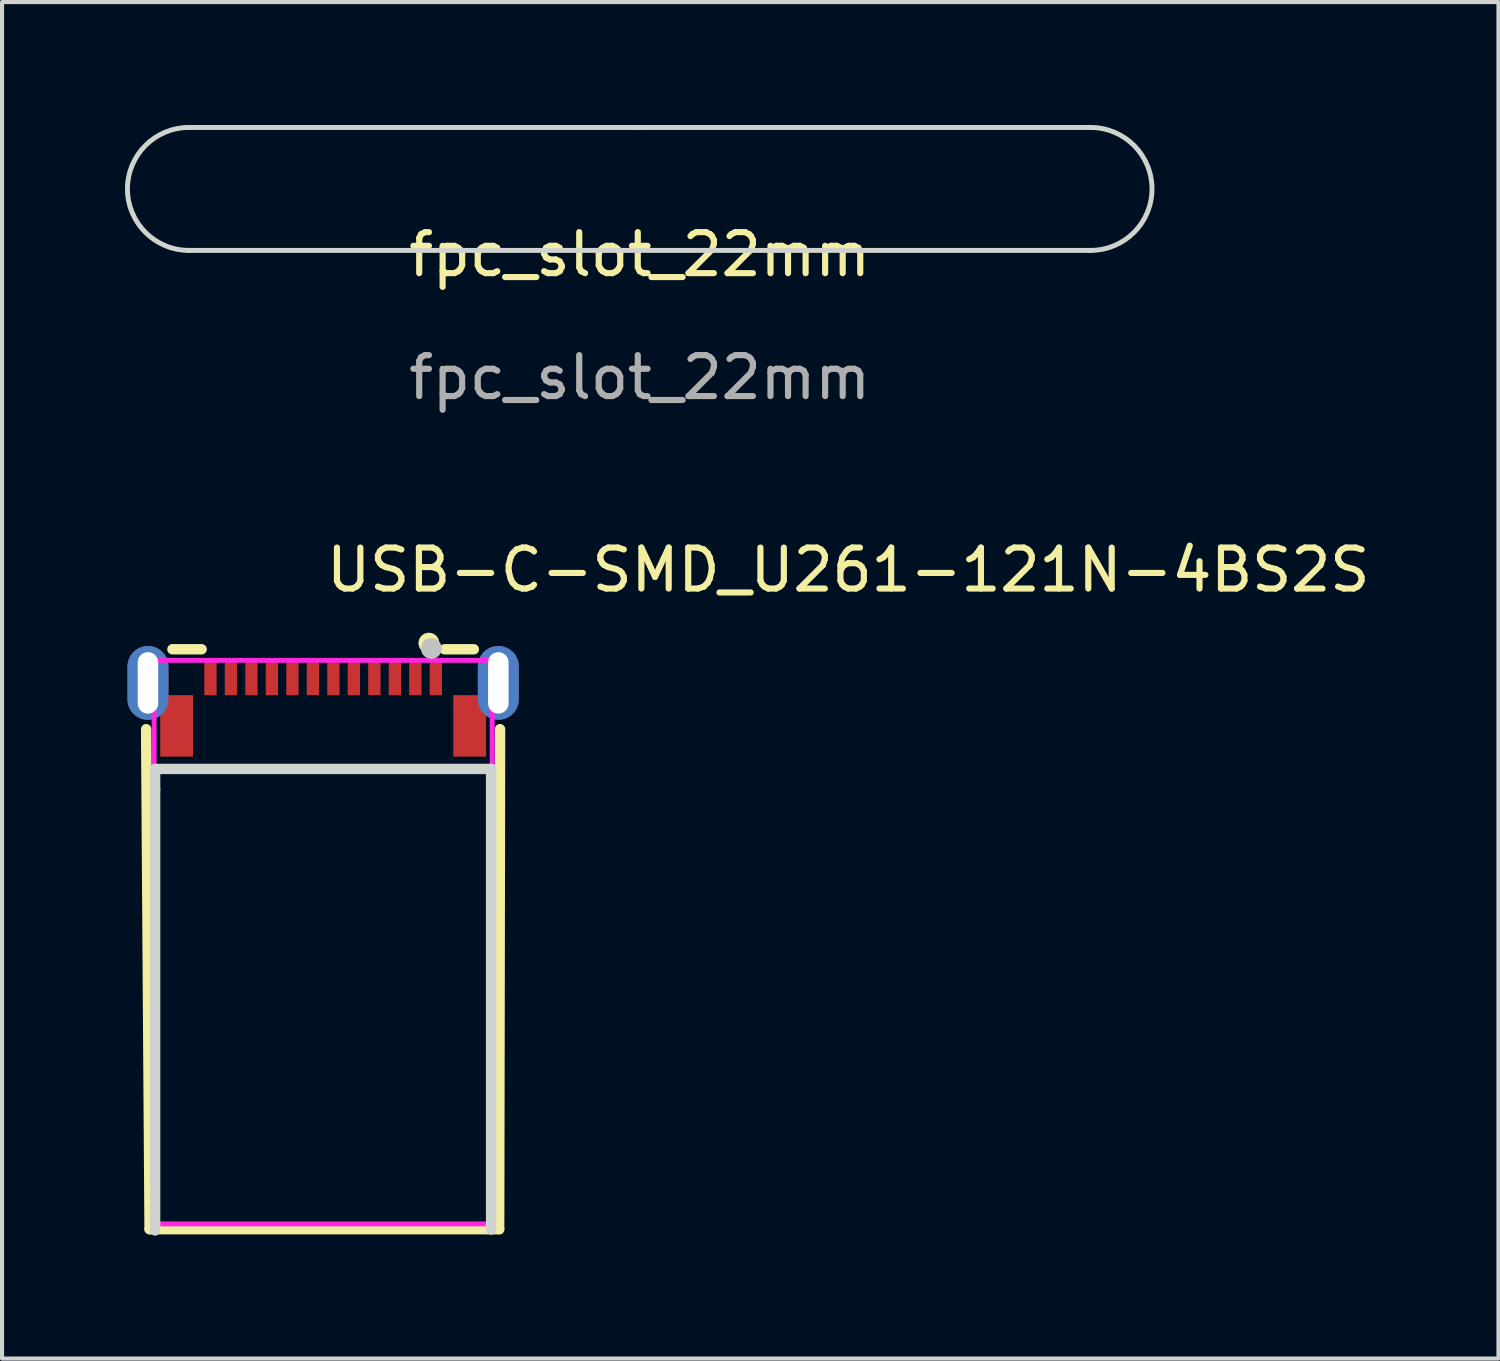
<source format=kicad_pcb>
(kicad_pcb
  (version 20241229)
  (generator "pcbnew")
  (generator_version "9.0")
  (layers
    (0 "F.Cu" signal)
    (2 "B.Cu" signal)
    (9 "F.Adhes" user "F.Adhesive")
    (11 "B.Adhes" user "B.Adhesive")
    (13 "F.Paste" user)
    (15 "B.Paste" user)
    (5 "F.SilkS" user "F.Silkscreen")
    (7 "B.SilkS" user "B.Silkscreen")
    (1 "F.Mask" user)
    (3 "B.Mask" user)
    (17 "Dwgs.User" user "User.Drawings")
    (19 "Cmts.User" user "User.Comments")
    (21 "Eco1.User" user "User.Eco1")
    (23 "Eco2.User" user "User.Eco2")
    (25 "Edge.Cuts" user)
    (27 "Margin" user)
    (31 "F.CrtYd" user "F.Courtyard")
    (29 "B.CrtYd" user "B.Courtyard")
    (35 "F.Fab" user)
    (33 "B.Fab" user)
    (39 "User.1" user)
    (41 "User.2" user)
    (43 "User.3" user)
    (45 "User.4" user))
  (footprint "USB-C-SMD_U261-121N-4BS2S"
    (layer "F.Cu")
    (at 4.835 14.063)
    (property "Reference" "USB-C-SMD_U261-121N-4BS2S" (at 0 -3.207 0) (layer "F.SilkS") (effects (font (size 1 1) (thickness 0.15)) (justify left)))
    (attr through_hole)
    (fp_line (start -4.319 0.68) (end -4.235 12.88) (stroke (width 0.254) (type solid)) (layer "F.SilkS"))
    (fp_line (start -4.235 12.88) (end 4.295 12.88) (stroke (width 0.254) (type solid)) (layer "F.SilkS"))
    (fp_line (start -3.677 -1.27) (end -2.965 -1.27) (stroke (width 0.254) (type solid)) (layer "F.SilkS"))
    (fp_line (start 2.965 -1.27) (end 3.677 -1.27) (stroke (width 0.254) (type solid)) (layer "F.SilkS"))
    (fp_line (start 4.295 12.88) (end 4.317 0.68) (stroke (width 0.254) (type solid)) (layer "F.SilkS"))
    (fp_circle (center 2.58 -1.42) (end 2.707 -1.42) (stroke (width 0.254) (type solid)) (fill no) (layer "F.SilkS"))
    (fp_poly (pts (xy -2.9 -1.05) (xy -2.6 -1.05) (xy -2.6 -0.15) (xy -2.9 -0.15)) (stroke (width 0.12) (type solid)) (fill yes) (layer "F.Paste"))
    (fp_poly (pts (xy -2.4 -1.05) (xy -2.1 -1.05) (xy -2.1 -0.15) (xy -2.4 -0.15)) (stroke (width 0.12) (type solid)) (fill yes) (layer "F.Paste"))
    (fp_poly (pts (xy -1.9 -1.05) (xy -1.6 -1.05) (xy -1.6 -0.15) (xy -1.9 -0.15)) (stroke (width 0.12) (type solid)) (fill yes) (layer "F.Paste"))
    (fp_poly (pts (xy -1.4 -1.05) (xy -1.1 -1.05) (xy -1.1 -0.15) (xy -1.4 -0.15)) (stroke (width 0.12) (type solid)) (fill yes) (layer "F.Paste"))
    (fp_poly (pts (xy -0.9 -1.05) (xy -0.6 -1.05) (xy -0.6 -0.15) (xy -0.9 -0.15)) (stroke (width 0.12) (type solid)) (fill yes) (layer "F.Paste"))
    (fp_poly (pts (xy -0.4 -1.05) (xy -0.1 -1.05) (xy -0.1 -0.15) (xy -0.4 -0.15)) (stroke (width 0.12) (type solid)) (fill yes) (layer "F.Paste"))
    (fp_poly (pts (xy 0.1 -1.05) (xy 0.4 -1.05) (xy 0.4 -0.15) (xy 0.1 -0.15)) (stroke (width 0.12) (type solid)) (fill yes) (layer "F.Paste"))
    (fp_poly (pts (xy 0.6 -1.05) (xy 0.9 -1.05) (xy 0.9 -0.15) (xy 0.6 -0.15)) (stroke (width 0.12) (type solid)) (fill yes) (layer "F.Paste"))
    (fp_poly (pts (xy 1.1 -1.05) (xy 1.4 -1.05) (xy 1.4 -0.15) (xy 1.1 -0.15)) (stroke (width 0.12) (type solid)) (fill yes) (layer "F.Paste"))
    (fp_poly (pts (xy 1.6 -1.05) (xy 1.9 -1.05) (xy 1.9 -0.15) (xy 1.6 -0.15)) (stroke (width 0.12) (type solid)) (fill yes) (layer "F.Paste"))
    (fp_poly (pts (xy 2.1 -1.05) (xy 2.4 -1.05) (xy 2.4 -0.15) (xy 2.1 -0.15)) (stroke (width 0.12) (type solid)) (fill yes) (layer "F.Paste"))
    (fp_poly (pts (xy 2.6 -1.05) (xy 2.9 -1.05) (xy 2.9 -0.15) (xy 2.6 -0.15)) (stroke (width 0.12) (type solid)) (fill yes) (layer "F.Paste"))
    (fp_poly (pts (xy -3.775 -0.15) (xy -3.775 -0.92) (xy -3.783 -1.004) (xy -3.808 -1.085) (xy -3.847 -1.159) (xy -3.901 -1.224) (xy -3.966 -1.278) (xy -4.04 -1.317) (xy -4.121 -1.342) (xy -4.205 -1.35) (xy -4.295 -1.35) (xy -4.389 -1.341) (xy -4.479 -1.314) (xy -4.562 -1.269) (xy -4.634 -1.209) (xy -4.694 -1.137) (xy -4.739 -1.054) (xy -4.766 -0.964) (xy -4.775 -0.87) (xy -4.775 -0.02) (xy -4.766 0.072) (xy -4.739 0.16) (xy -4.696 0.241) (xy -4.637 0.312) (xy -4.566 0.371) (xy -4.485 0.414) (xy -4.397 0.441) (xy -4.305 0.45) (xy -4.192 0.45) (xy -4.132 0.444) (xy -4.075 0.427) (xy -4.022 0.398) (xy -3.975 0.36) (xy -3.975 1.35) (xy -3.175 1.35) (xy -3.175 -0.15)) (stroke (width 0.12) (type solid)) (fill yes) (layer "F.Paste"))
    (fp_poly (pts (xy 3.775 -0.15) (xy 3.775 -0.92) (xy 3.783 -1.004) (xy 3.808 -1.084) (xy 3.847 -1.159) (xy 3.901 -1.224) (xy 3.966 -1.277) (xy 4.04 -1.317) (xy 4.121 -1.342) (xy 4.205 -1.35) (xy 4.295 -1.35) (xy 4.389 -1.341) (xy 4.479 -1.313) (xy 4.562 -1.269) (xy 4.634 -1.209) (xy 4.694 -1.137) (xy 4.738 -1.054) (xy 4.766 -0.964) (xy 4.775 -0.87) (xy 4.775 -0.02) (xy 4.766 0.072) (xy 4.739 0.16) (xy 4.696 0.241) (xy 4.637 0.312) (xy 4.566 0.371) (xy 4.485 0.414) (xy 4.397 0.441) (xy 4.305 0.45) (xy 4.192 0.45) (xy 4.132 0.444) (xy 4.075 0.427) (xy 4.022 0.398) (xy 3.975 0.36) (xy 3.975 1.35) (xy 3.175 1.35) (xy 3.175 -0.15)) (stroke (width 0.12) (type solid)) (fill yes) (layer "F.Paste"))
    (fp_circle (center 2.64 -1.29) (end 2.767 -1.29) (stroke (width 0.254) (type solid)) (fill no) (layer "Dwgs.User"))
    (fp_line (start -4.35 -1) (end -4.35 0.1) (stroke (width 0.12) (type solid)) (layer "Eco2.User"))
    (fp_line (start -4.35 0.1) (end -4.096 0.1) (stroke (width 0.12) (type solid)) (layer "Eco2.User"))
    (fp_line (start -4.096 -1) (end -4.35 -1) (stroke (width 0.12) (type solid)) (layer "Eco2.User"))
    (fp_line (start -4.096 0.1) (end -4.096 -1) (stroke (width 0.12) (type solid)) (layer "Eco2.User"))
    (fp_line (start 4.096 -1) (end 4.096 0.1) (stroke (width 0.12) (type solid)) (layer "Eco2.User"))
    (fp_line (start 4.096 0.1) (end 4.35 0.1) (stroke (width 0.12) (type solid)) (layer "Eco2.User"))
    (fp_line (start 4.35 -1) (end 4.096 -1) (stroke (width 0.12) (type solid)) (layer "Eco2.User"))
    (fp_line (start 4.35 0.1) (end 4.35 -1) (stroke (width 0.12) (type solid)) (layer "Eco2.User"))
    (fp_circle (center 4.35 -1) (end 4.38 -1) (stroke (width 0.06) (type solid)) (fill no) (layer "Eco2.User"))
    (fp_poly (pts (xy -4.2 0.1) (xy -4.35 0.1) (xy -4.35 -1) (xy -4.2 -1)) (stroke (width 0.12) (type solid)) (fill no) (layer "Eco2.User"))
    (fp_poly (pts (xy -3.775 0.1) (xy -3.375 0.1) (xy -3.375 1.1) (xy -3.775 1.1)) (stroke (width 0.12) (type solid)) (fill no) (layer "Eco2.User"))
    (fp_poly (pts (xy -2.85 -0.796) (xy -2.65 -0.796) (xy -2.65 -0.296) (xy -2.85 -0.296)) (stroke (width 0.12) (type solid)) (fill no) (layer "Eco2.User"))
    (fp_poly (pts (xy -2.35 -0.796) (xy -2.15 -0.796) (xy -2.15 -0.296) (xy -2.35 -0.296)) (stroke (width 0.12) (type solid)) (fill no) (layer "Eco2.User"))
    (fp_poly (pts (xy -1.85 -0.796) (xy -1.65 -0.796) (xy -1.65 -0.296) (xy -1.85 -0.296)) (stroke (width 0.12) (type solid)) (fill no) (layer "Eco2.User"))
    (fp_poly (pts (xy -1.35 -0.796) (xy -1.15 -0.796) (xy -1.15 -0.296) (xy -1.35 -0.296)) (stroke (width 0.12) (type solid)) (fill no) (layer "Eco2.User"))
    (fp_poly (pts (xy -0.85 -0.796) (xy -0.65 -0.796) (xy -0.65 -0.296) (xy -0.85 -0.296)) (stroke (width 0.12) (type solid)) (fill no) (layer "Eco2.User"))
    (fp_poly (pts (xy -0.35 -0.796) (xy -0.15 -0.796) (xy -0.15 -0.296) (xy -0.35 -0.296)) (stroke (width 0.12) (type solid)) (fill no) (layer "Eco2.User"))
    (fp_poly (pts (xy 0.15 -0.796) (xy 0.35 -0.796) (xy 0.35 -0.296) (xy 0.15 -0.296)) (stroke (width 0.12) (type solid)) (fill no) (layer "Eco2.User"))
    (fp_poly (pts (xy 0.65 -0.796) (xy 0.85 -0.796) (xy 0.85 -0.296) (xy 0.65 -0.296)) (stroke (width 0.12) (type solid)) (fill no) (layer "Eco2.User"))
    (fp_poly (pts (xy 1.15 -0.796) (xy 1.35 -0.796) (xy 1.35 -0.296) (xy 1.15 -0.296)) (stroke (width 0.12) (type solid)) (fill no) (layer "Eco2.User"))
    (fp_poly (pts (xy 1.65 -0.796) (xy 1.85 -0.796) (xy 1.85 -0.296) (xy 1.65 -0.296)) (stroke (width 0.12) (type solid)) (fill no) (layer "Eco2.User"))
    (fp_poly (pts (xy 2.15 -0.796) (xy 2.35 -0.796) (xy 2.35 -0.296) (xy 2.15 -0.296)) (stroke (width 0.12) (type solid)) (fill no) (layer "Eco2.User"))
    (fp_poly (pts (xy 2.65 -0.796) (xy 2.85 -0.796) (xy 2.85 -0.296) (xy 2.65 -0.296)) (stroke (width 0.12) (type solid)) (fill no) (layer "Eco2.User"))
    (fp_poly (pts (xy 3.375 0.1) (xy 3.775 0.1) (xy 3.775 1.1) (xy 3.375 1.1)) (stroke (width 0.12) (type solid)) (fill no) (layer "Eco2.User"))
    (fp_poly (pts (xy 4.2 -1) (xy 4.35 -1) (xy 4.35 0.1) (xy 4.2 0.1)) (stroke (width 0.12) (type solid)) (fill no) (layer "Eco2.User"))
    (fp_line (start -4.1 1.65) (end -4.1 2.151) (stroke (width 0.254) (type solid)) (layer "Edge.Cuts"))
    (fp_line (start -4.1 1.65) (end 4.1 1.65) (stroke (width 0.254) (type solid)) (layer "Edge.Cuts"))
    (fp_line (start -4.1 2.151) (end -4.1 12.91) (stroke (width 0.254) (type solid)) (layer "Edge.Cuts"))
    (fp_line (start 4.099 1.65) (end 4.099 2.151) (stroke (width 0.254) (type solid)) (layer "Edge.Cuts"))
    (fp_line (start 4.099 2.151) (end 4.099 12.89) (stroke (width 0.254) (type solid)) (layer "Edge.Cuts"))
    (fp_line (start -4.125 -1) (end 4.125 -1) (stroke (width 0.12) (type solid)) (layer "F.CrtYd"))
    (fp_line (start -4.125 12.75) (end -4.125 -1) (stroke (width 0.12) (type solid)) (layer "F.CrtYd"))
    (fp_line (start 4.125 -1) (end 4.125 12.75) (stroke (width 0.12) (type solid)) (layer "F.CrtYd"))
    (fp_line (start 4.125 12.75) (end -4.125 12.75) (stroke (width 0.12) (type solid)) (layer "F.CrtYd"))
    (pad "25" thru_hole oval (at -4.275 -0.45) (size 1 1.8) (drill oval 0.5 1.5) (layers "*.Cu" "*.Mask"))
    (pad "25" smd rect (at -3.575 0.6) (size 0.8 1.5) (layers "F.Cu" "F.Mask" "F.Paste"))
    (pad "26" smd rect (at 3.575 0.6) (size 0.8 1.5) (layers "F.Cu" "F.Mask" "F.Paste"))
    (pad "26" thru_hole oval (at 4.275 -0.45) (size 1 1.8) (drill oval 0.5 1.5) (layers "*.Cu" "*.Mask"))
    (pad "A1" smd rect (at 2.75 -0.6) (size 0.3 0.9) (layers "F.Cu" "F.Mask" "F.Paste"))
    (pad "A2" smd rect (at 2.25 -0.6) (size 0.3 0.9) (layers "F.Cu" "F.Mask" "F.Paste"))
    (pad "A3" smd rect (at 1.75 -0.6) (size 0.3 0.9) (layers "F.Cu" "F.Mask" "F.Paste"))
    (pad "A4" smd rect (at 1.25 -0.6) (size 0.3 0.9) (layers "F.Cu" "F.Mask" "F.Paste"))
    (pad "A5" smd rect (at -1.25 -0.6) (size 0.3 0.9) (layers "F.Cu" "F.Mask" "F.Paste"))
    (pad "A6" smd rect (at -1.75 -0.6) (size 0.3 0.9) (layers "F.Cu" "F.Mask" "F.Paste"))
    (pad "A7" smd rect (at -2.25 -0.6) (size 0.3 0.9) (layers "F.Cu" "F.Mask" "F.Paste"))
    (pad "A12" smd rect (at -2.75 -0.6) (size 0.3 0.9) (layers "F.Cu" "F.Mask" "F.Paste"))
    (pad "B9" smd rect (at -0.75 -0.6) (size 0.3 0.9) (layers "F.Cu" "F.Mask" "F.Paste"))
    (pad "B10" smd rect (at -0.25 -0.6) (size 0.3 0.9) (layers "F.Cu" "F.Mask" "F.Paste"))
    (pad "B11" smd rect (at 0.25 -0.6) (size 0.3 0.9) (layers "F.Cu" "F.Mask" "F.Paste"))
    (pad "B12" smd rect (at 0.75 -0.6) (size 0.3 0.9) (layers "F.Cu" "F.Mask" "F.Paste")))
  (footprint "fpc_slot_22mm"
    (layer "F.Cu")
    (at 12.56 3.66)
    (property "Reference" "fpc_slot_22mm" (at 0 -0.5 0) (unlocked yes) (layer "F.SilkS") (effects (font (size 1 1) (thickness 0.15))))
    (attr through_hole)
    (fp_line (start 0 -3.6) (end -11 -3.6) (stroke (width 0.12) (type solid)) (layer "Edge.Cuts"))
    (fp_line (start 0 -3.6) (end 11 -3.6) (stroke (width 0.12) (type solid)) (layer "Edge.Cuts"))
    (fp_line (start 0 -0.6) (end -11 -0.6) (stroke (width 0.12) (type solid)) (layer "Edge.Cuts"))
    (fp_line (start 0 -0.6) (end 11 -0.6) (stroke (width 0.12) (type solid)) (layer "Edge.Cuts"))
    (fp_arc (start -11 -0.6) (mid -12.5 -2.1) (end -11 -3.6) (stroke (width 0.12) (type solid)) (layer "Edge.Cuts"))
    (fp_arc (start 11 -3.6) (mid 12.5 -2.1) (end 11 -0.6) (stroke (width 0.12) (type solid)) (layer "Edge.Cuts"))
    (fp_text user "${REFERENCE}" (at 0 2.5 0) (unlocked yes) (layer "F.Fab") (effects (font (size 1 1) (thickness 0.15)))))
  (gr_rect
    (start -3 -3)
    (end 33.514 30.101)
    (stroke (width 0.1) (type default))
    (fill no)
    (layer "Edge.Cuts")))
</source>
